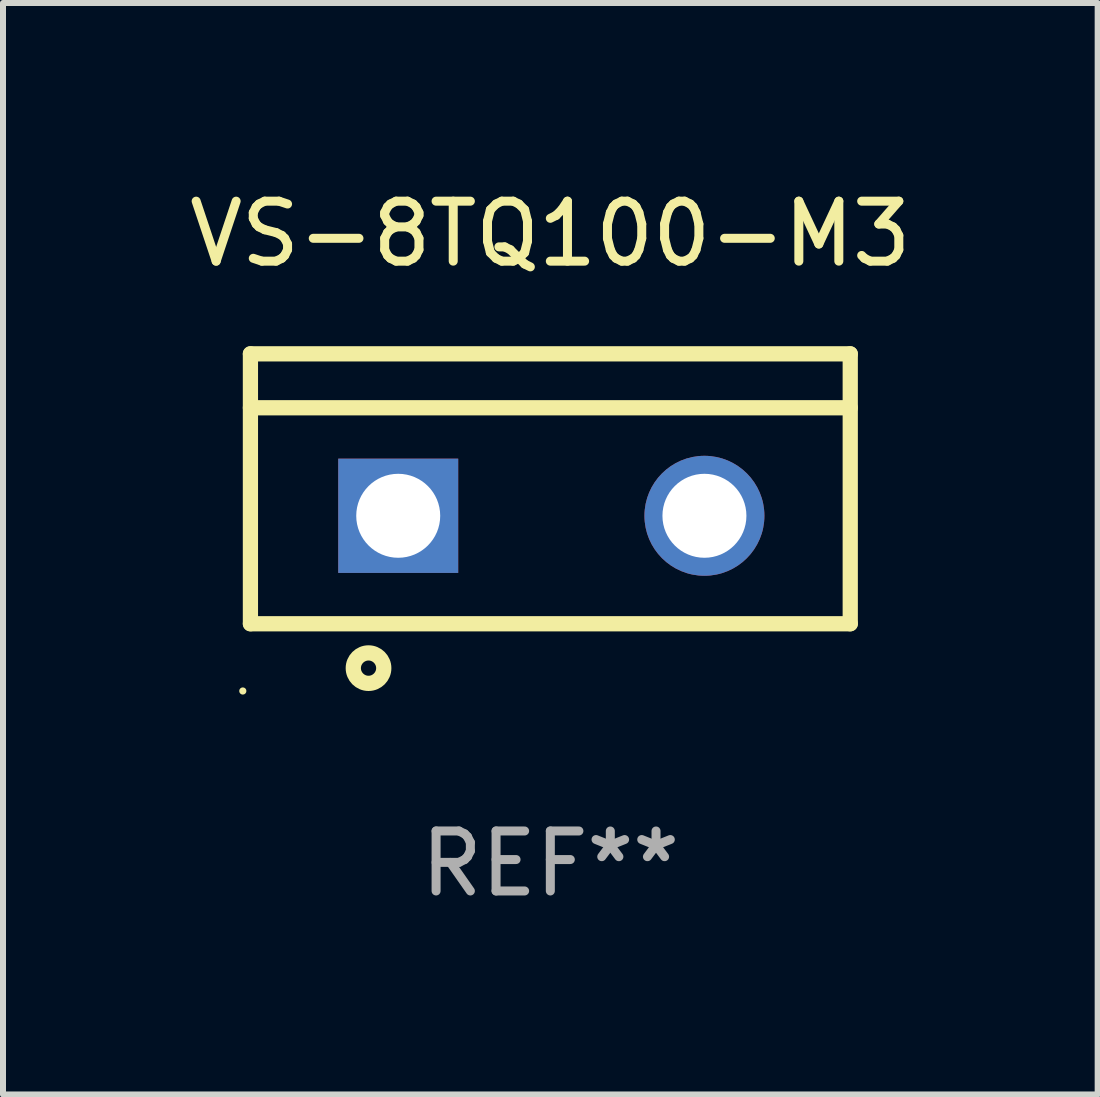
<source format=kicad_pcb>
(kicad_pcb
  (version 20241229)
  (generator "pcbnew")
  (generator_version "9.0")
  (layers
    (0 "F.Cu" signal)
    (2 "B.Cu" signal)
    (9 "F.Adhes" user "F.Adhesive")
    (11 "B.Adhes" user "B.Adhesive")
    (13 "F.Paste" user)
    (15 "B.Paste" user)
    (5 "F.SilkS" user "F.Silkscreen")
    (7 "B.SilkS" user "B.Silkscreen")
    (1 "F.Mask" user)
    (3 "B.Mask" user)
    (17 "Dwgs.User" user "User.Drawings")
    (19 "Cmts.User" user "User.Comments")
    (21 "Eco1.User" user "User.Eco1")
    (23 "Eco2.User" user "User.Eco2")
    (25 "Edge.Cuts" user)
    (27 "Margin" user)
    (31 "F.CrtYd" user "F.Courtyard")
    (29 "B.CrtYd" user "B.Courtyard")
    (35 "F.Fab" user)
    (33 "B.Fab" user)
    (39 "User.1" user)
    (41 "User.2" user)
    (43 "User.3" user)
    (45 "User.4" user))
  (footprint "VS-8TQ100-M3"
    (layer "F.Cu")
    (at 6.125 5.099)
    (property "Reference" "VS-8TQ100-M3" (at 0 -4.25 0) (layer "F.SilkS") (effects (font (size 1 1) (thickness 0.15))))
    (attr through_hole)
    (fp_line (start -5 -2.25) (end 5 -2.25) (stroke (width 0.254) (type solid)) (layer "F.SilkS"))
    (fp_line (start -5 -1.351) (end 5 -1.351) (stroke (width 0.254) (type solid)) (layer "F.SilkS"))
    (fp_line (start -5 2.25) (end -5 -2.25) (stroke (width 0.254) (type solid)) (layer "F.SilkS"))
    (fp_line (start -5 2.25) (end 5 2.25) (stroke (width 0.254) (type solid)) (layer "F.SilkS"))
    (fp_line (start 5 2.25) (end 5 -2.25) (stroke (width 0.254) (type solid)) (layer "F.SilkS"))
    (fp_circle (center -5.127 3.371) (end -5.097 3.371) (stroke (width 0.06) (type solid)) (fill no) (layer "F.SilkS"))
    (fp_circle (center -3.031 2.99) (end -2.777 2.99) (stroke (width 0.254) (type solid)) (fill no) (layer "F.SilkS"))
    (fp_text user "REF**" (at 0 6.25 0) (layer "F.Fab") (effects (font (size 1 1) (thickness 0.15))))
    (pad "1" thru_hole rect (at -2.536 0.45 90) (size 1.905 2) (drill 1.4) (layers "*.Cu" "*.Mask"))
    (pad "3" thru_hole circle (at 2.569 0.45) (size 2 2) (drill 1.4) (layers "*.Cu" "*.Mask")))
  (gr_rect
    (start -3 -3)
    (end 15.25 15.197)
    (stroke (width 0.1) (type default))
    (fill no)
    (layer "Edge.Cuts")))
</source>
